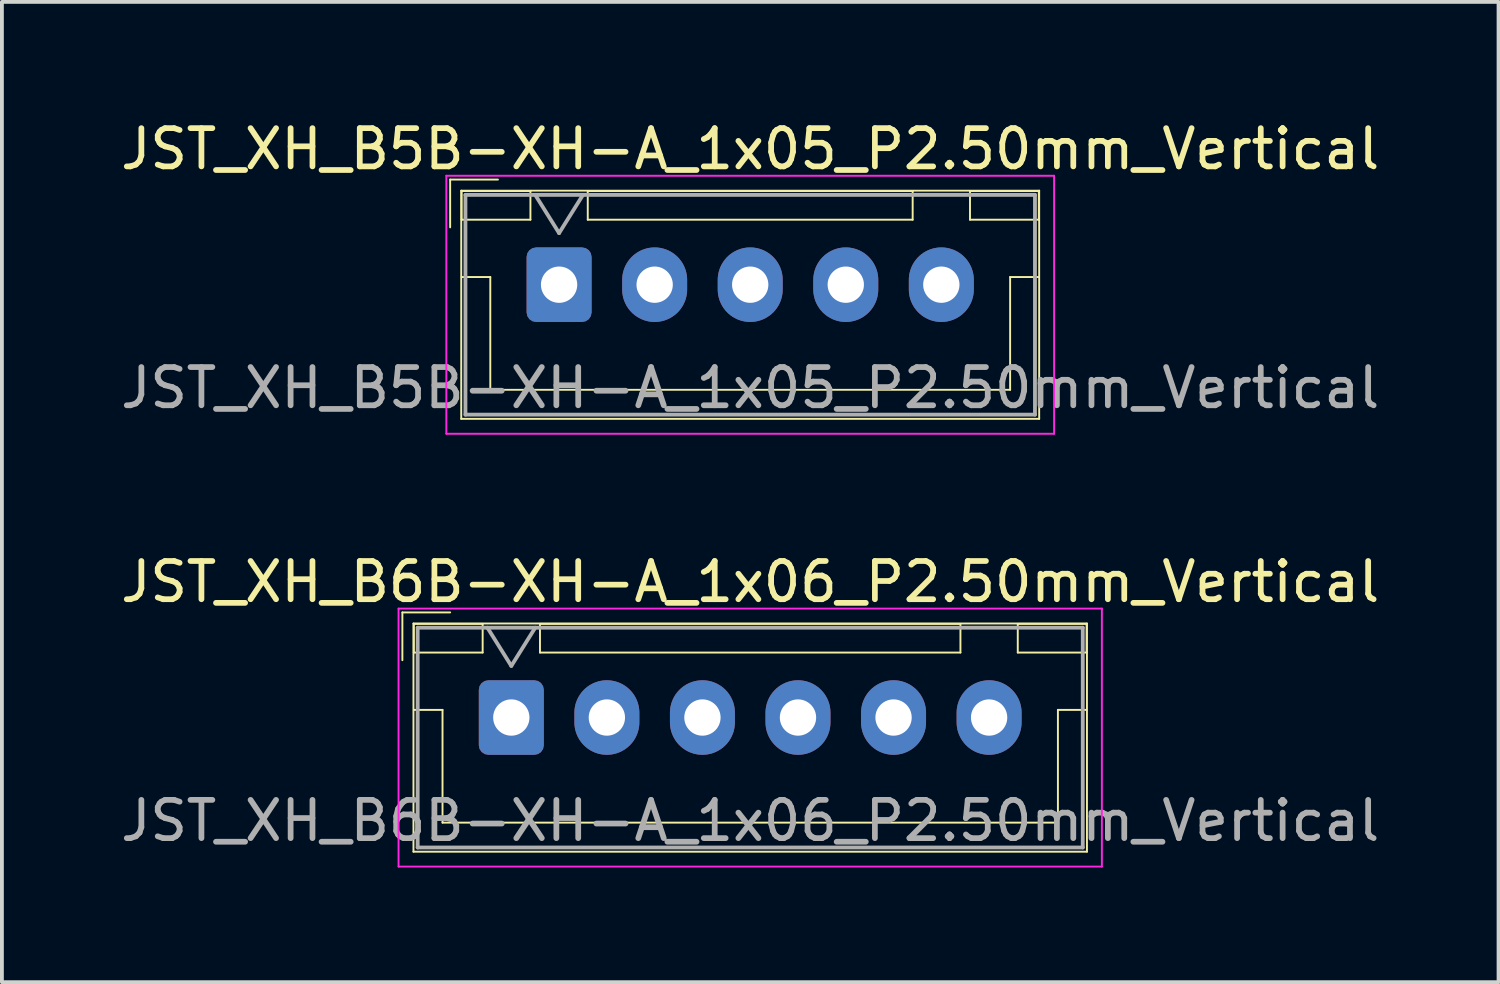
<source format=kicad_pcb>
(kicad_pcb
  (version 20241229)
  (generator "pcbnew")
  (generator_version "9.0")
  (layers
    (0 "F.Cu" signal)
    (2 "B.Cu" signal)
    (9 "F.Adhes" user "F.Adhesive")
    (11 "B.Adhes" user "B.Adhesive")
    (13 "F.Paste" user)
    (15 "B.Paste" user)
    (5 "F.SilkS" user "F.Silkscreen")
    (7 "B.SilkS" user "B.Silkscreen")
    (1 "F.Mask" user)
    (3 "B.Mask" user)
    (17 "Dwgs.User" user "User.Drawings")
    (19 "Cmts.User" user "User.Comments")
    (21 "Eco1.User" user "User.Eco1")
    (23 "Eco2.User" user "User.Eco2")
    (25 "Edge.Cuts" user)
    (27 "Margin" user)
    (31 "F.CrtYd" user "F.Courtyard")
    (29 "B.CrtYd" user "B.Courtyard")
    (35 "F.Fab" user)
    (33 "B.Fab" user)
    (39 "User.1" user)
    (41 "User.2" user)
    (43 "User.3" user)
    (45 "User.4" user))
  (footprint "JST_XH_B5B-XH-A_1x05_P2.50mm_Vertical"
    (layer "F.Cu")
    (at 11.577 4.398)
    (property "Reference" "JST_XH_B5B-XH-A_1x05_P2.50mm_Vertical" (at 5 -3.55 0) (layer "F.SilkS") (effects (font (size 1 1) (thickness 0.15))))
    (attr through_hole)
    (fp_line (start -2.85 -2.75) (end -2.85 -1.5) (stroke (width 0.05) (type solid)) (layer "F.SilkS"))
    (fp_line (start -2.56 -2.46) (end -2.56 3.51) (stroke (width 0.05) (type solid)) (layer "F.SilkS"))
    (fp_line (start -2.56 3.51) (end 12.56 3.51) (stroke (width 0.05) (type solid)) (layer "F.SilkS"))
    (fp_line (start -2.55 -2.45) (end -2.55 -1.7) (stroke (width 0.05) (type solid)) (layer "F.SilkS"))
    (fp_line (start -2.55 -1.7) (end -0.75 -1.7) (stroke (width 0.05) (type solid)) (layer "F.SilkS"))
    (fp_line (start -2.55 -0.2) (end -1.8 -0.2) (stroke (width 0.05) (type solid)) (layer "F.SilkS"))
    (fp_line (start -1.8 -0.2) (end -1.8 2.75) (stroke (width 0.05) (type solid)) (layer "F.SilkS"))
    (fp_line (start -1.8 2.75) (end 5 2.75) (stroke (width 0.05) (type solid)) (layer "F.SilkS"))
    (fp_line (start -1.6 -2.75) (end -2.85 -2.75) (stroke (width 0.05) (type solid)) (layer "F.SilkS"))
    (fp_line (start -0.75 -2.45) (end -2.55 -2.45) (stroke (width 0.05) (type solid)) (layer "F.SilkS"))
    (fp_line (start -0.75 -1.7) (end -0.75 -2.45) (stroke (width 0.05) (type solid)) (layer "F.SilkS"))
    (fp_line (start 0.75 -2.45) (end 0.75 -1.7) (stroke (width 0.05) (type solid)) (layer "F.SilkS"))
    (fp_line (start 0.75 -1.7) (end 9.25 -1.7) (stroke (width 0.05) (type solid)) (layer "F.SilkS"))
    (fp_line (start 9.25 -2.45) (end 0.75 -2.45) (stroke (width 0.05) (type solid)) (layer "F.SilkS"))
    (fp_line (start 9.25 -1.7) (end 9.25 -2.45) (stroke (width 0.05) (type solid)) (layer "F.SilkS"))
    (fp_line (start 10.75 -2.45) (end 10.75 -1.7) (stroke (width 0.05) (type solid)) (layer "F.SilkS"))
    (fp_line (start 10.75 -1.7) (end 12.55 -1.7) (stroke (width 0.05) (type solid)) (layer "F.SilkS"))
    (fp_line (start 11.8 -0.2) (end 11.8 2.75) (stroke (width 0.05) (type solid)) (layer "F.SilkS"))
    (fp_line (start 11.8 2.75) (end 5 2.75) (stroke (width 0.05) (type solid)) (layer "F.SilkS"))
    (fp_line (start 12.55 -2.45) (end 10.75 -2.45) (stroke (width 0.05) (type solid)) (layer "F.SilkS"))
    (fp_line (start 12.55 -1.7) (end 12.55 -2.45) (stroke (width 0.05) (type solid)) (layer "F.SilkS"))
    (fp_line (start 12.55 -0.2) (end 11.8 -0.2) (stroke (width 0.05) (type solid)) (layer "F.SilkS"))
    (fp_line (start 12.56 -2.46) (end -2.56 -2.46) (stroke (width 0.05) (type solid)) (layer "F.SilkS"))
    (fp_line (start 12.56 3.51) (end 12.56 -2.46) (stroke (width 0.05) (type solid)) (layer "F.SilkS"))
    (fp_line (start -2.95 -2.85) (end -2.95 3.9) (stroke (width 0.05) (type solid)) (layer "F.CrtYd"))
    (fp_line (start -2.95 3.9) (end 12.95 3.9) (stroke (width 0.05) (type solid)) (layer "F.CrtYd"))
    (fp_line (start 12.95 -2.85) (end -2.95 -2.85) (stroke (width 0.05) (type solid)) (layer "F.CrtYd"))
    (fp_line (start 12.95 3.9) (end 12.95 -2.85) (stroke (width 0.05) (type solid)) (layer "F.CrtYd"))
    (fp_line (start -2.45 -2.35) (end -2.45 3.4) (stroke (width 0.1) (type solid)) (layer "F.Fab"))
    (fp_line (start -2.45 3.4) (end 12.45 3.4) (stroke (width 0.1) (type solid)) (layer "F.Fab"))
    (fp_line (start -0.625 -2.35) (end 0 -1.35) (stroke (width 0.1) (type solid)) (layer "F.Fab"))
    (fp_line (start 0 -1.35) (end 0.625 -2.35) (stroke (width 0.1) (type solid)) (layer "F.Fab"))
    (fp_line (start 12.45 -2.35) (end -2.45 -2.35) (stroke (width 0.1) (type solid)) (layer "F.Fab"))
    (fp_line (start 12.45 3.4) (end 12.45 -2.35) (stroke (width 0.1) (type solid)) (layer "F.Fab"))
    (fp_text user "${REFERENCE}" (at 5 2.7 0) (layer "F.Fab") (effects (font (size 1 1) (thickness 0.15))))
    (pad "1" thru_hole roundrect (at 0 0) (size 1.7 1.95) (drill 0.95) (layers "*.Cu" "*.Mask") (roundrect_rratio 0.147))
    (pad "2" thru_hole oval (at 2.5 0) (size 1.7 1.95) (drill 0.95) (layers "*.Cu" "*.Mask"))
    (pad "3" thru_hole oval (at 5 0) (size 1.7 1.95) (drill 0.95) (layers "*.Cu" "*.Mask"))
    (pad "4" thru_hole oval (at 7.5 0) (size 1.7 1.95) (drill 0.95) (layers "*.Cu" "*.Mask"))
    (pad "5" thru_hole oval (at 10 0) (size 1.7 1.95) (drill 0.95) (layers "*.Cu" "*.Mask")))
  (footprint "JST_XH_B6B-XH-A_1x06_P2.50mm_Vertical"
    (layer "F.Cu")
    (at 10.327 15.722)
    (property "Reference" "JST_XH_B6B-XH-A_1x06_P2.50mm_Vertical" (at 6.25 -3.55 0) (layer "F.SilkS") (effects (font (size 1 1) (thickness 0.15))))
    (attr through_hole)
    (fp_line (start -2.85 -2.75) (end -2.85 -1.5) (stroke (width 0.05) (type solid)) (layer "F.SilkS"))
    (fp_line (start -2.56 -2.46) (end -2.56 3.51) (stroke (width 0.05) (type solid)) (layer "F.SilkS"))
    (fp_line (start -2.56 3.51) (end 15.06 3.51) (stroke (width 0.05) (type solid)) (layer "F.SilkS"))
    (fp_line (start -2.55 -2.45) (end -2.55 -1.7) (stroke (width 0.05) (type solid)) (layer "F.SilkS"))
    (fp_line (start -2.55 -1.7) (end -0.75 -1.7) (stroke (width 0.05) (type solid)) (layer "F.SilkS"))
    (fp_line (start -2.55 -0.2) (end -1.8 -0.2) (stroke (width 0.05) (type solid)) (layer "F.SilkS"))
    (fp_line (start -1.8 -0.2) (end -1.8 2.75) (stroke (width 0.05) (type solid)) (layer "F.SilkS"))
    (fp_line (start -1.8 2.75) (end 6.25 2.75) (stroke (width 0.05) (type solid)) (layer "F.SilkS"))
    (fp_line (start -1.6 -2.75) (end -2.85 -2.75) (stroke (width 0.05) (type solid)) (layer "F.SilkS"))
    (fp_line (start -0.75 -2.45) (end -2.55 -2.45) (stroke (width 0.05) (type solid)) (layer "F.SilkS"))
    (fp_line (start -0.75 -1.7) (end -0.75 -2.45) (stroke (width 0.05) (type solid)) (layer "F.SilkS"))
    (fp_line (start 0.75 -2.45) (end 0.75 -1.7) (stroke (width 0.05) (type solid)) (layer "F.SilkS"))
    (fp_line (start 0.75 -1.7) (end 11.75 -1.7) (stroke (width 0.05) (type solid)) (layer "F.SilkS"))
    (fp_line (start 11.75 -2.45) (end 0.75 -2.45) (stroke (width 0.05) (type solid)) (layer "F.SilkS"))
    (fp_line (start 11.75 -1.7) (end 11.75 -2.45) (stroke (width 0.05) (type solid)) (layer "F.SilkS"))
    (fp_line (start 13.25 -2.45) (end 13.25 -1.7) (stroke (width 0.05) (type solid)) (layer "F.SilkS"))
    (fp_line (start 13.25 -1.7) (end 15.05 -1.7) (stroke (width 0.05) (type solid)) (layer "F.SilkS"))
    (fp_line (start 14.3 -0.2) (end 14.3 2.75) (stroke (width 0.05) (type solid)) (layer "F.SilkS"))
    (fp_line (start 14.3 2.75) (end 6.25 2.75) (stroke (width 0.05) (type solid)) (layer "F.SilkS"))
    (fp_line (start 15.05 -2.45) (end 13.25 -2.45) (stroke (width 0.05) (type solid)) (layer "F.SilkS"))
    (fp_line (start 15.05 -1.7) (end 15.05 -2.45) (stroke (width 0.05) (type solid)) (layer "F.SilkS"))
    (fp_line (start 15.05 -0.2) (end 14.3 -0.2) (stroke (width 0.05) (type solid)) (layer "F.SilkS"))
    (fp_line (start 15.06 -2.46) (end -2.56 -2.46) (stroke (width 0.05) (type solid)) (layer "F.SilkS"))
    (fp_line (start 15.06 3.51) (end 15.06 -2.46) (stroke (width 0.05) (type solid)) (layer "F.SilkS"))
    (fp_line (start -2.95 -2.85) (end -2.95 3.9) (stroke (width 0.05) (type solid)) (layer "F.CrtYd"))
    (fp_line (start -2.95 3.9) (end 15.45 3.9) (stroke (width 0.05) (type solid)) (layer "F.CrtYd"))
    (fp_line (start 15.45 -2.85) (end -2.95 -2.85) (stroke (width 0.05) (type solid)) (layer "F.CrtYd"))
    (fp_line (start 15.45 3.9) (end 15.45 -2.85) (stroke (width 0.05) (type solid)) (layer "F.CrtYd"))
    (fp_line (start -2.45 -2.35) (end -2.45 3.4) (stroke (width 0.1) (type solid)) (layer "F.Fab"))
    (fp_line (start -2.45 3.4) (end 14.95 3.4) (stroke (width 0.1) (type solid)) (layer "F.Fab"))
    (fp_line (start -0.625 -2.35) (end 0 -1.35) (stroke (width 0.1) (type solid)) (layer "F.Fab"))
    (fp_line (start 0 -1.35) (end 0.625 -2.35) (stroke (width 0.1) (type solid)) (layer "F.Fab"))
    (fp_line (start 14.95 -2.35) (end -2.45 -2.35) (stroke (width 0.1) (type solid)) (layer "F.Fab"))
    (fp_line (start 14.95 3.4) (end 14.95 -2.35) (stroke (width 0.1) (type solid)) (layer "F.Fab"))
    (fp_text user "${REFERENCE}" (at 6.25 2.7 0) (layer "F.Fab") (effects (font (size 1 1) (thickness 0.15))))
    (pad "1" thru_hole roundrect (at 0 0) (size 1.7 1.95) (drill 0.95) (layers "*.Cu" "*.Mask") (roundrect_rratio 0.147))
    (pad "2" thru_hole oval (at 2.5 0) (size 1.7 1.95) (drill 0.95) (layers "*.Cu" "*.Mask"))
    (pad "3" thru_hole oval (at 5 0) (size 1.7 1.95) (drill 0.95) (layers "*.Cu" "*.Mask"))
    (pad "4" thru_hole oval (at 7.5 0) (size 1.7 1.95) (drill 0.95) (layers "*.Cu" "*.Mask"))
    (pad "5" thru_hole oval (at 10 0) (size 1.7 1.95) (drill 0.95) (layers "*.Cu" "*.Mask"))
    (pad "6" thru_hole oval (at 12.5 0) (size 1.7 1.95) (drill 0.95) (layers "*.Cu" "*.Mask")))
  (gr_rect
    (start -3 -3)
    (end 36.155 22.646)
    (stroke (width 0.1) (type default))
    (fill no)
    (layer "Edge.Cuts")))
</source>
